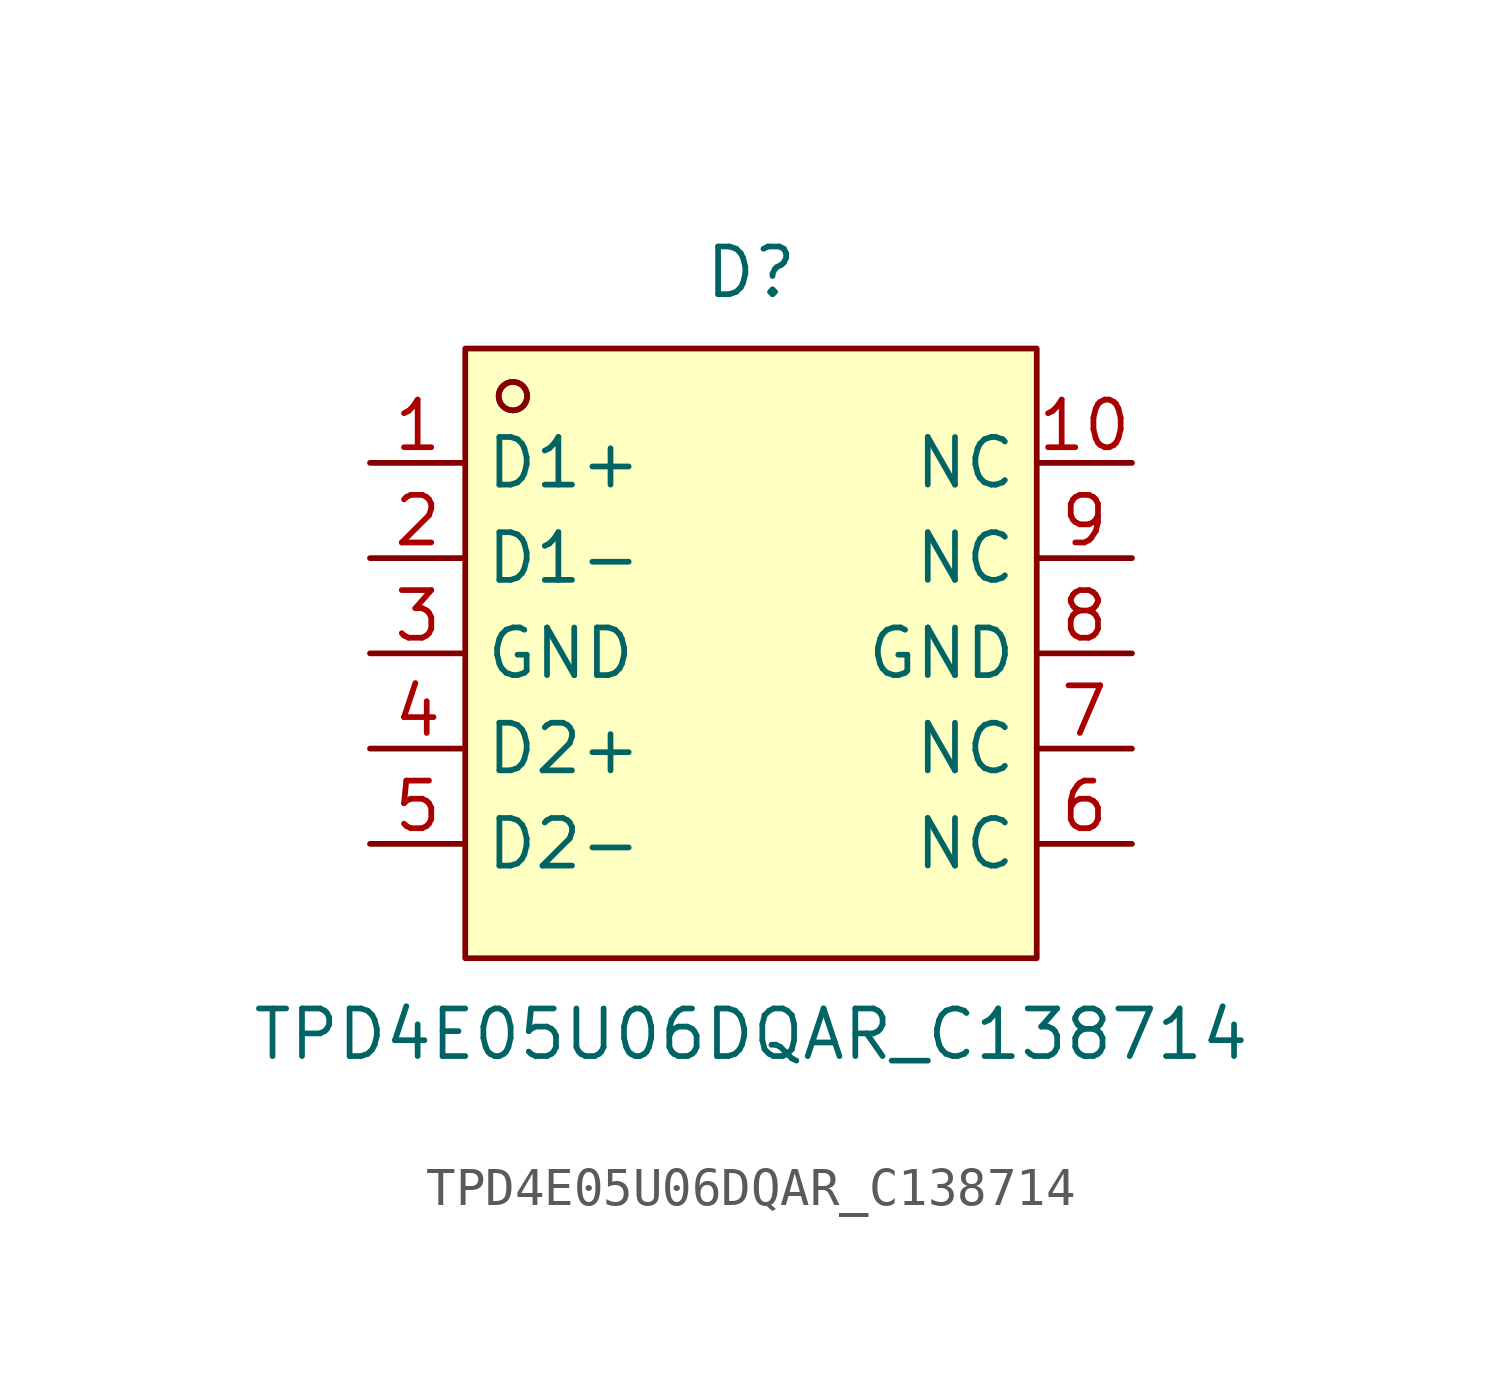
<source format=kicad_sym>
(kicad_symbol_lib
  (version 20211014)
  (generator https://github.com/uPesy/easyeda2kicad.py)
  (symbol "TPD4E05U06DQAR_C138714"
    (property "Reference" "D"
      (at 0 10.16 0)
      (effects (font (size 1.27 1.27))))
    (property "Value" "TPD4E05U06DQAR_C138714"
      (at 0 -10.16 0)
      (effects (font (size 1.27 1.27))))
    (symbol "TPD4E05U06DQAR_C138714_0_1"
      (rectangle (start -7.62 8.13) (end 7.62 -8.13) (stroke (width 0) (type default) (color 0 0 0 0)) (fill (type background)))
      (circle (center -6.35 6.86) (radius 0.38) (stroke (width 0) (type default) (color 0 0 0 0)) (fill (type none)))
      (circle (center -6.35 6.86) (radius 0.38) (stroke (width 0) (type default) (color 0 0 0 0)) (fill (type none)))
      (pin unspecified line (at -10.16 5.08 0) (length 2.54) (name "D1+" (effects (font (size 1.27 1.27)))) (number "1" (effects (font (size 1.27 1.27)))))
      (pin unspecified line (at -10.16 2.54 0) (length 2.54) (name "D1-" (effects (font (size 1.27 1.27)))) (number "2" (effects (font (size 1.27 1.27)))))
      (pin unspecified line (at -10.16 -0.00 0) (length 2.54) (name "GND" (effects (font (size 1.27 1.27)))) (number "3" (effects (font (size 1.27 1.27)))))
      (pin unspecified line (at -10.16 -2.54 0) (length 2.54) (name "D2+" (effects (font (size 1.27 1.27)))) (number "4" (effects (font (size 1.27 1.27)))))
      (pin unspecified line (at -10.16 -5.08 0) (length 2.54) (name "D2-" (effects (font (size 1.27 1.27)))) (number "5" (effects (font (size 1.27 1.27)))))
      (pin unspecified line (at 10.16 -5.08 180) (length 2.54) (name "NC" (effects (font (size 1.27 1.27)))) (number "6" (effects (font (size 1.27 1.27)))))
      (pin unspecified line (at 10.16 -2.54 180) (length 2.54) (name "NC" (effects (font (size 1.27 1.27)))) (number "7" (effects (font (size 1.27 1.27)))))
      (pin unspecified line (at 10.16 -0.00 180) (length 2.54) (name "GND" (effects (font (size 1.27 1.27)))) (number "8" (effects (font (size 1.27 1.27)))))
      (pin unspecified line (at 10.16 2.54 180) (length 2.54) (name "NC" (effects (font (size 1.27 1.27)))) (number "9" (effects (font (size 1.27 1.27)))))
      (pin unspecified line (at 10.16 5.08 180) (length 2.54) (name "NC" (effects (font (size 1.27 1.27)))) (number "10" (effects (font (size 1.27 1.27))))))))
</source>
